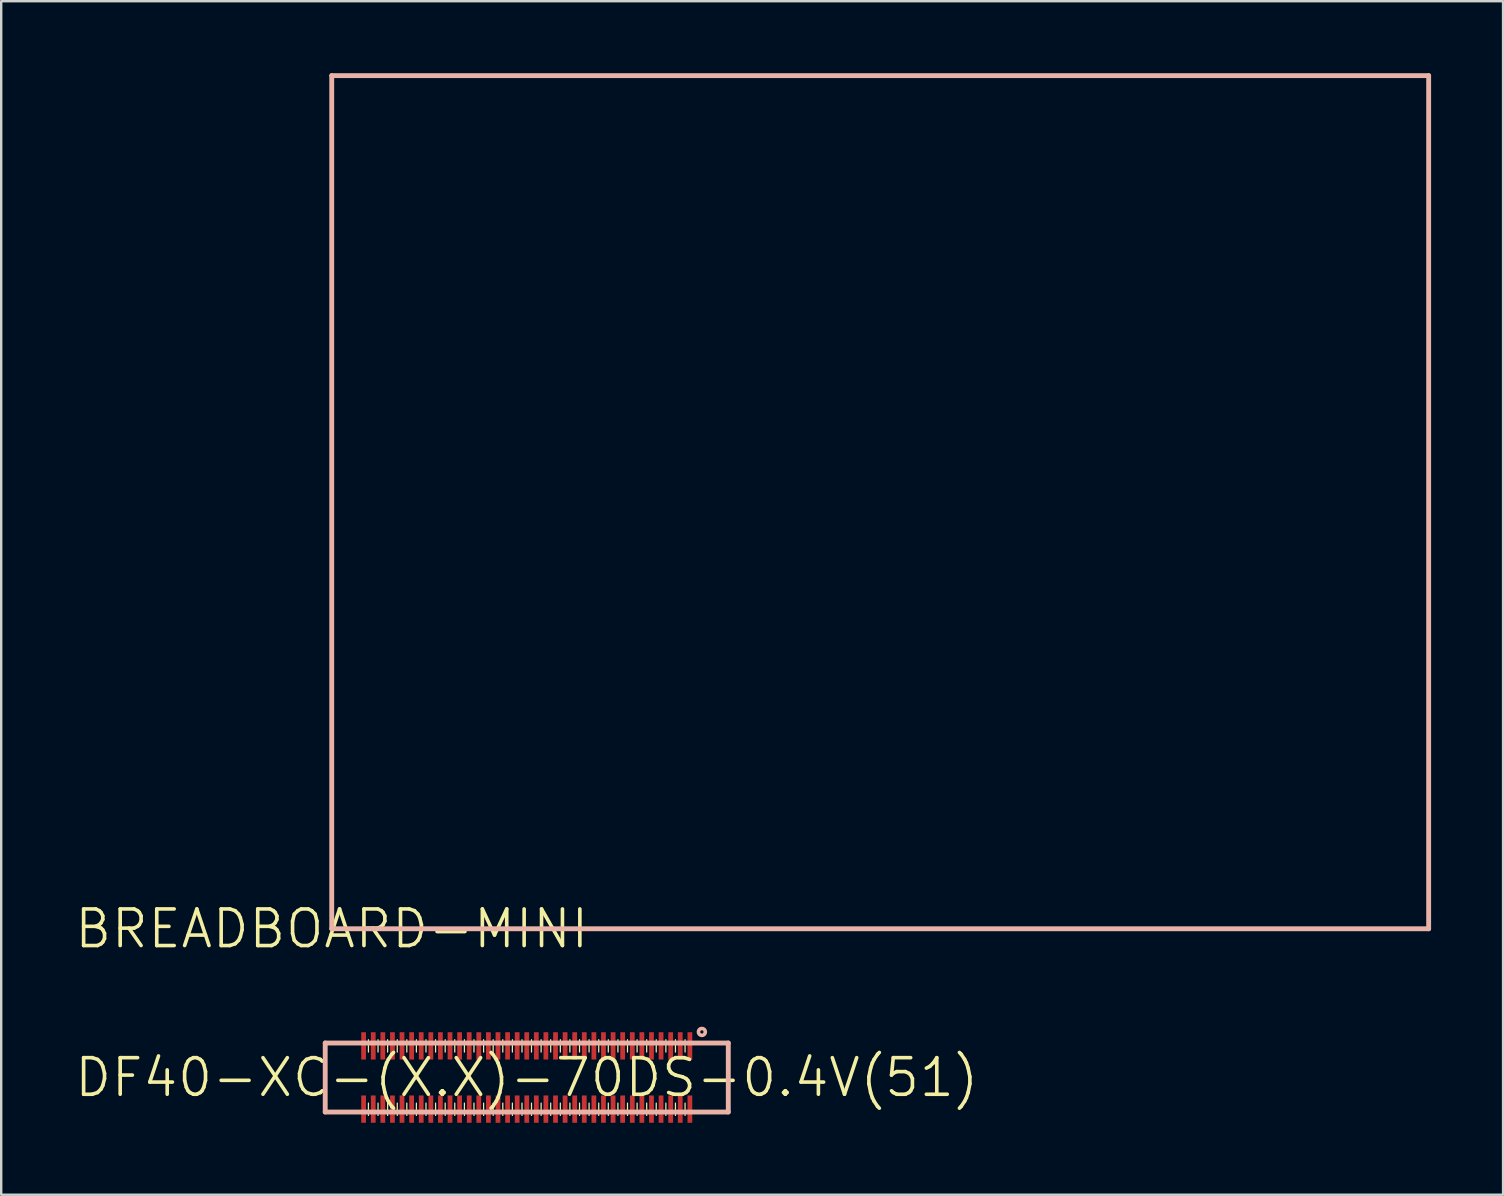
<source format=kicad_pcb>
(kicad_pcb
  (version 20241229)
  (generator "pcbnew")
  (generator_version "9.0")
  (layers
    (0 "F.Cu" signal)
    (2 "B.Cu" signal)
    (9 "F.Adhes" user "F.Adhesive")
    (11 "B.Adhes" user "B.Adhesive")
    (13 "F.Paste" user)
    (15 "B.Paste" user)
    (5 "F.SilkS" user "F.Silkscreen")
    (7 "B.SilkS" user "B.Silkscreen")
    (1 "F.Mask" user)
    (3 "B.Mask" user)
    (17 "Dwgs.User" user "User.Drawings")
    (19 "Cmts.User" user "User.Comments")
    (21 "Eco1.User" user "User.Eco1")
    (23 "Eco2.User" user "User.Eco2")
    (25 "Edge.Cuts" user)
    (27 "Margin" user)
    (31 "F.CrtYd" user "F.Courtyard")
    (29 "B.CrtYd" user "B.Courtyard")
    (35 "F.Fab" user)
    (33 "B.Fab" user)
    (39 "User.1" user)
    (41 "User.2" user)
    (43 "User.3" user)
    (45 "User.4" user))
  (footprint "BREADBOARD-MINI"
    (layer "F.Cu")
    (at 10.777 35.662)
    (property "Reference" "BREADBOARD-MINI" (at 0 0 0) (layer "F.SilkS") (effects (font (size 1.524 1.524) (thickness 0.15))))
    (attr exclude_from_pos_files exclude_from_bom)
    (fp_line (start 0 -35.56) (end 45.72 -35.56) (stroke (width 0.203) (type solid)) (layer "B.SilkS"))
    (fp_line (start 0 0) (end 0 -35.56) (stroke (width 0.203) (type solid)) (layer "B.SilkS"))
    (fp_line (start 45.72 -35.56) (end 45.72 0) (stroke (width 0.203) (type solid)) (layer "B.SilkS"))
    (fp_line (start 45.72 0) (end 0 0) (stroke (width 0.203) (type solid)) (layer "B.SilkS")))
  (footprint "DF40-XC-(X.X)-70DS-0.4V(51)"
    (layer "F.Cu")
    (at 18.905 41.861)
    (property "Reference" "DF40-XC-(X.X)-70DS-0.4V(51)" (at 0 0 0) (layer "F.SilkS") (effects (font (size 1.524 1.524) (thickness 0.15))))
    (attr smd)
    (fp_line (start -6.599 -1.062) (end -6.599 -1.575) (stroke (width 0.051) (type solid)) (layer "F.SilkS"))
    (fp_line (start -6.599 1.58) (end -6.599 1.067) (stroke (width 0.051) (type solid)) (layer "F.SilkS"))
    (fp_line (start -6.198 -1.062) (end -6.198 -1.575) (stroke (width 0.051) (type solid)) (layer "F.SilkS"))
    (fp_line (start -6.198 1.58) (end -6.198 1.067) (stroke (width 0.051) (type solid)) (layer "F.SilkS"))
    (fp_line (start -5.799 -1.062) (end -5.799 -1.575) (stroke (width 0.051) (type solid)) (layer "F.SilkS"))
    (fp_line (start -5.799 1.58) (end -5.799 1.067) (stroke (width 0.051) (type solid)) (layer "F.SilkS"))
    (fp_line (start -5.397 -1.062) (end -5.397 -1.575) (stroke (width 0.051) (type solid)) (layer "F.SilkS"))
    (fp_line (start -5.397 1.58) (end -5.397 1.067) (stroke (width 0.051) (type solid)) (layer "F.SilkS"))
    (fp_line (start -4.999 -1.062) (end -4.999 -1.575) (stroke (width 0.051) (type solid)) (layer "F.SilkS"))
    (fp_line (start -4.999 1.58) (end -4.999 1.067) (stroke (width 0.051) (type solid)) (layer "F.SilkS"))
    (fp_line (start -4.6 -1.062) (end -4.6 -1.575) (stroke (width 0.051) (type solid)) (layer "F.SilkS"))
    (fp_line (start -4.6 1.58) (end -4.6 1.067) (stroke (width 0.051) (type solid)) (layer "F.SilkS"))
    (fp_line (start -4.199 -1.062) (end -4.199 -1.575) (stroke (width 0.051) (type solid)) (layer "F.SilkS"))
    (fp_line (start -4.199 1.58) (end -4.199 1.067) (stroke (width 0.051) (type solid)) (layer "F.SilkS"))
    (fp_line (start -3.8 -1.062) (end -3.8 -1.575) (stroke (width 0.051) (type solid)) (layer "F.SilkS"))
    (fp_line (start -3.8 1.58) (end -3.8 1.067) (stroke (width 0.051) (type solid)) (layer "F.SilkS"))
    (fp_line (start -3.399 -1.062) (end -3.399 -1.575) (stroke (width 0.051) (type solid)) (layer "F.SilkS"))
    (fp_line (start -3.399 1.58) (end -3.399 1.067) (stroke (width 0.051) (type solid)) (layer "F.SilkS"))
    (fp_line (start -3 -1.062) (end -3 -1.575) (stroke (width 0.051) (type solid)) (layer "F.SilkS"))
    (fp_line (start -3 1.58) (end -3 1.067) (stroke (width 0.051) (type solid)) (layer "F.SilkS"))
    (fp_line (start -2.598 -1.062) (end -2.598 -1.575) (stroke (width 0.051) (type solid)) (layer "F.SilkS"))
    (fp_line (start -2.598 1.58) (end -2.598 1.067) (stroke (width 0.051) (type solid)) (layer "F.SilkS"))
    (fp_line (start -2.2 -1.062) (end -2.2 -1.575) (stroke (width 0.051) (type solid)) (layer "F.SilkS"))
    (fp_line (start -2.2 1.58) (end -2.2 1.067) (stroke (width 0.051) (type solid)) (layer "F.SilkS"))
    (fp_line (start -1.798 -1.062) (end -1.798 -1.575) (stroke (width 0.051) (type solid)) (layer "F.SilkS"))
    (fp_line (start -1.798 1.58) (end -1.798 1.067) (stroke (width 0.051) (type solid)) (layer "F.SilkS"))
    (fp_line (start -1.4 -1.062) (end -1.4 -1.575) (stroke (width 0.051) (type solid)) (layer "F.SilkS"))
    (fp_line (start -1.4 1.58) (end -1.4 1.067) (stroke (width 0.051) (type solid)) (layer "F.SilkS"))
    (fp_line (start -0.998 -1.062) (end -0.998 -1.575) (stroke (width 0.051) (type solid)) (layer "F.SilkS"))
    (fp_line (start -0.998 1.58) (end -0.998 1.067) (stroke (width 0.051) (type solid)) (layer "F.SilkS"))
    (fp_line (start -0.599 -1.062) (end -0.599 -1.575) (stroke (width 0.051) (type solid)) (layer "F.SilkS"))
    (fp_line (start -0.599 1.58) (end -0.599 1.067) (stroke (width 0.051) (type solid)) (layer "F.SilkS"))
    (fp_line (start -0.198 -1.062) (end -0.198 -1.575) (stroke (width 0.051) (type solid)) (layer "F.SilkS"))
    (fp_line (start -0.198 1.58) (end -0.198 1.067) (stroke (width 0.051) (type solid)) (layer "F.SilkS"))
    (fp_line (start 0.198 -1.062) (end 0.198 -1.575) (stroke (width 0.051) (type solid)) (layer "F.SilkS"))
    (fp_line (start 0.198 1.58) (end 0.198 1.067) (stroke (width 0.051) (type solid)) (layer "F.SilkS"))
    (fp_line (start 0.599 -1.062) (end 0.599 -1.575) (stroke (width 0.051) (type solid)) (layer "F.SilkS"))
    (fp_line (start 0.599 1.58) (end 0.599 1.067) (stroke (width 0.051) (type solid)) (layer "F.SilkS"))
    (fp_line (start 0.998 -1.062) (end 0.998 -1.575) (stroke (width 0.051) (type solid)) (layer "F.SilkS"))
    (fp_line (start 0.998 1.58) (end 0.998 1.067) (stroke (width 0.051) (type solid)) (layer "F.SilkS"))
    (fp_line (start 1.4 -1.062) (end 1.4 -1.575) (stroke (width 0.051) (type solid)) (layer "F.SilkS"))
    (fp_line (start 1.4 1.58) (end 1.4 1.067) (stroke (width 0.051) (type solid)) (layer "F.SilkS"))
    (fp_line (start 1.798 -1.062) (end 1.798 -1.575) (stroke (width 0.051) (type solid)) (layer "F.SilkS"))
    (fp_line (start 1.798 1.58) (end 1.798 1.067) (stroke (width 0.051) (type solid)) (layer "F.SilkS"))
    (fp_line (start 2.2 -1.062) (end 2.2 -1.575) (stroke (width 0.051) (type solid)) (layer "F.SilkS"))
    (fp_line (start 2.2 1.58) (end 2.2 1.067) (stroke (width 0.051) (type solid)) (layer "F.SilkS"))
    (fp_line (start 2.598 -1.062) (end 2.598 -1.575) (stroke (width 0.051) (type solid)) (layer "F.SilkS"))
    (fp_line (start 2.598 1.58) (end 2.598 1.067) (stroke (width 0.051) (type solid)) (layer "F.SilkS"))
    (fp_line (start 3 -1.062) (end 3 -1.575) (stroke (width 0.051) (type solid)) (layer "F.SilkS"))
    (fp_line (start 3 1.58) (end 3 1.067) (stroke (width 0.051) (type solid)) (layer "F.SilkS"))
    (fp_line (start 3.399 -1.062) (end 3.399 -1.575) (stroke (width 0.051) (type solid)) (layer "F.SilkS"))
    (fp_line (start 3.399 1.58) (end 3.399 1.067) (stroke (width 0.051) (type solid)) (layer "F.SilkS"))
    (fp_line (start 3.8 -1.062) (end 3.8 -1.575) (stroke (width 0.051) (type solid)) (layer "F.SilkS"))
    (fp_line (start 3.8 1.58) (end 3.8 1.067) (stroke (width 0.051) (type solid)) (layer "F.SilkS"))
    (fp_line (start 4.199 -1.062) (end 4.199 -1.575) (stroke (width 0.051) (type solid)) (layer "F.SilkS"))
    (fp_line (start 4.199 1.58) (end 4.199 1.067) (stroke (width 0.051) (type solid)) (layer "F.SilkS"))
    (fp_line (start 4.6 -1.062) (end 4.6 -1.575) (stroke (width 0.051) (type solid)) (layer "F.SilkS"))
    (fp_line (start 4.6 1.58) (end 4.6 1.067) (stroke (width 0.051) (type solid)) (layer "F.SilkS"))
    (fp_line (start 4.999 -1.062) (end 4.999 -1.575) (stroke (width 0.051) (type solid)) (layer "F.SilkS"))
    (fp_line (start 4.999 1.58) (end 4.999 1.067) (stroke (width 0.051) (type solid)) (layer "F.SilkS"))
    (fp_line (start 5.397 -1.062) (end 5.397 -1.575) (stroke (width 0.051) (type solid)) (layer "F.SilkS"))
    (fp_line (start 5.397 1.58) (end 5.397 1.067) (stroke (width 0.051) (type solid)) (layer "F.SilkS"))
    (fp_line (start 5.799 -1.062) (end 5.799 -1.575) (stroke (width 0.051) (type solid)) (layer "F.SilkS"))
    (fp_line (start 5.799 1.58) (end 5.799 1.067) (stroke (width 0.051) (type solid)) (layer "F.SilkS"))
    (fp_line (start 6.198 -1.062) (end 6.198 -1.575) (stroke (width 0.051) (type solid)) (layer "F.SilkS"))
    (fp_line (start 6.198 1.58) (end 6.198 1.067) (stroke (width 0.051) (type solid)) (layer "F.SilkS"))
    (fp_line (start 6.599 -1.062) (end 6.599 -1.575) (stroke (width 0.051) (type solid)) (layer "F.SilkS"))
    (fp_line (start 6.599 1.58) (end 6.599 1.067) (stroke (width 0.051) (type solid)) (layer "F.SilkS"))
    (fp_line (start -8.4 -1.438) (end 8.4 -1.438) (stroke (width 0.203) (type solid)) (layer "B.SilkS"))
    (fp_line (start -8.4 1.438) (end -8.4 -1.438) (stroke (width 0.203) (type solid)) (layer "B.SilkS"))
    (fp_line (start 8.4 -1.438) (end 8.4 1.438) (stroke (width 0.203) (type solid)) (layer "B.SilkS"))
    (fp_line (start 8.4 1.438) (end -8.4 1.438) (stroke (width 0.203) (type solid)) (layer "B.SilkS"))
    (fp_circle (center 7.3 -1.9) (end 7.348 -1.948) (stroke (width 0.152) (type solid)) (fill no) (layer "B.SilkS"))
    (pad "1" smd rect (at 6.8 -1.318) (size 0.198 1.138) (layers "F.Cu" "F.Mask" "F.Paste"))
    (pad "2" smd rect (at 6.8 1.318) (size 0.198 1.138) (layers "F.Cu" "F.Mask" "F.Paste"))
    (pad "3" smd rect (at 6.398 -1.318) (size 0.198 1.138) (layers "F.Cu" "F.Mask" "F.Paste"))
    (pad "4" smd rect (at 6.398 1.318) (size 0.198 1.138) (layers "F.Cu" "F.Mask" "F.Paste"))
    (pad "5" smd rect (at 5.999 -1.318) (size 0.198 1.138) (layers "F.Cu" "F.Mask" "F.Paste"))
    (pad "6" smd rect (at 5.999 1.318) (size 0.198 1.138) (layers "F.Cu" "F.Mask" "F.Paste"))
    (pad "7" smd rect (at 5.598 -1.318) (size 0.198 1.138) (layers "F.Cu" "F.Mask" "F.Paste"))
    (pad "8" smd rect (at 5.598 1.318) (size 0.198 1.138) (layers "F.Cu" "F.Mask" "F.Paste"))
    (pad "9" smd rect (at 5.199 -1.318) (size 0.198 1.138) (layers "F.Cu" "F.Mask" "F.Paste"))
    (pad "10" smd rect (at 5.199 1.318) (size 0.198 1.138) (layers "F.Cu" "F.Mask" "F.Paste"))
    (pad "11" smd rect (at 4.798 -1.318) (size 0.198 1.138) (layers "F.Cu" "F.Mask" "F.Paste"))
    (pad "12" smd rect (at 4.798 1.318) (size 0.198 1.138) (layers "F.Cu" "F.Mask" "F.Paste"))
    (pad "13" smd rect (at 4.399 -1.318) (size 0.198 1.138) (layers "F.Cu" "F.Mask" "F.Paste"))
    (pad "14" smd rect (at 4.399 1.318) (size 0.198 1.138) (layers "F.Cu" "F.Mask" "F.Paste"))
    (pad "15" smd rect (at 3.998 -1.318) (size 0.198 1.138) (layers "F.Cu" "F.Mask" "F.Paste"))
    (pad "16" smd rect (at 3.998 1.318) (size 0.198 1.138) (layers "F.Cu" "F.Mask" "F.Paste"))
    (pad "17" smd rect (at 3.599 -1.318) (size 0.198 1.138) (layers "F.Cu" "F.Mask" "F.Paste"))
    (pad "18" smd rect (at 3.599 1.318) (size 0.198 1.138) (layers "F.Cu" "F.Mask" "F.Paste"))
    (pad "19" smd rect (at 3.198 -1.318) (size 0.198 1.138) (layers "F.Cu" "F.Mask" "F.Paste"))
    (pad "20" smd rect (at 3.198 1.318) (size 0.198 1.138) (layers "F.Cu" "F.Mask" "F.Paste"))
    (pad "21" smd rect (at 2.799 -1.318) (size 0.198 1.138) (layers "F.Cu" "F.Mask" "F.Paste"))
    (pad "22" smd rect (at 2.799 1.318) (size 0.198 1.138) (layers "F.Cu" "F.Mask" "F.Paste"))
    (pad "23" smd rect (at 2.398 -1.318) (size 0.198 1.138) (layers "F.Cu" "F.Mask" "F.Paste"))
    (pad "24" smd rect (at 2.398 1.318) (size 0.198 1.138) (layers "F.Cu" "F.Mask" "F.Paste"))
    (pad "25" smd rect (at 1.999 -1.318) (size 0.198 1.138) (layers "F.Cu" "F.Mask" "F.Paste"))
    (pad "26" smd rect (at 1.999 1.318) (size 0.198 1.138) (layers "F.Cu" "F.Mask" "F.Paste"))
    (pad "27" smd rect (at 1.598 -1.318) (size 0.198 1.138) (layers "F.Cu" "F.Mask" "F.Paste"))
    (pad "28" smd rect (at 1.598 1.318) (size 0.198 1.138) (layers "F.Cu" "F.Mask" "F.Paste"))
    (pad "29" smd rect (at 1.199 -1.318) (size 0.198 1.138) (layers "F.Cu" "F.Mask" "F.Paste"))
    (pad "30" smd rect (at 1.199 1.318) (size 0.198 1.138) (layers "F.Cu" "F.Mask" "F.Paste"))
    (pad "31" smd rect (at 0.798 -1.318) (size 0.198 1.138) (layers "F.Cu" "F.Mask" "F.Paste"))
    (pad "32" smd rect (at 0.798 1.318) (size 0.198 1.138) (layers "F.Cu" "F.Mask" "F.Paste"))
    (pad "33" smd rect (at 0.399 -1.318) (size 0.198 1.138) (layers "F.Cu" "F.Mask" "F.Paste"))
    (pad "34" smd rect (at 0.399 1.318) (size 0.198 1.138) (layers "F.Cu" "F.Mask" "F.Paste"))
    (pad "35" smd rect (at 0 -1.318) (size 0.198 1.138) (layers "F.Cu" "F.Mask" "F.Paste"))
    (pad "36" smd rect (at 0 1.318) (size 0.198 1.138) (layers "F.Cu" "F.Mask" "F.Paste"))
    (pad "37" smd rect (at -0.399 -1.318) (size 0.198 1.138) (layers "F.Cu" "F.Mask" "F.Paste"))
    (pad "38" smd rect (at -0.399 1.318) (size 0.198 1.138) (layers "F.Cu" "F.Mask" "F.Paste"))
    (pad "39" smd rect (at -0.798 -1.318) (size 0.198 1.138) (layers "F.Cu" "F.Mask" "F.Paste"))
    (pad "40" smd rect (at -0.798 1.318) (size 0.198 1.138) (layers "F.Cu" "F.Mask" "F.Paste"))
    (pad "41" smd rect (at -1.199 -1.318) (size 0.198 1.138) (layers "F.Cu" "F.Mask" "F.Paste"))
    (pad "42" smd rect (at -1.199 1.318) (size 0.198 1.138) (layers "F.Cu" "F.Mask" "F.Paste"))
    (pad "43" smd rect (at -1.598 -1.318) (size 0.198 1.138) (layers "F.Cu" "F.Mask" "F.Paste"))
    (pad "44" smd rect (at -1.598 1.318) (size 0.198 1.138) (layers "F.Cu" "F.Mask" "F.Paste"))
    (pad "45" smd rect (at -1.999 -1.318) (size 0.198 1.138) (layers "F.Cu" "F.Mask" "F.Paste"))
    (pad "46" smd rect (at -1.999 1.318) (size 0.198 1.138) (layers "F.Cu" "F.Mask" "F.Paste"))
    (pad "47" smd rect (at -2.398 -1.318) (size 0.198 1.138) (layers "F.Cu" "F.Mask" "F.Paste"))
    (pad "48" smd rect (at -2.398 1.318) (size 0.198 1.138) (layers "F.Cu" "F.Mask" "F.Paste"))
    (pad "49" smd rect (at -2.799 -1.318) (size 0.198 1.138) (layers "F.Cu" "F.Mask" "F.Paste"))
    (pad "50" smd rect (at -2.799 1.318) (size 0.198 1.138) (layers "F.Cu" "F.Mask" "F.Paste"))
    (pad "51" smd rect (at -3.198 -1.318) (size 0.198 1.138) (layers "F.Cu" "F.Mask" "F.Paste"))
    (pad "52" smd rect (at -3.198 1.318) (size 0.198 1.138) (layers "F.Cu" "F.Mask" "F.Paste"))
    (pad "53" smd rect (at -3.599 -1.318) (size 0.198 1.138) (layers "F.Cu" "F.Mask" "F.Paste"))
    (pad "54" smd rect (at -3.599 1.318) (size 0.198 1.138) (layers "F.Cu" "F.Mask" "F.Paste"))
    (pad "55" smd rect (at -3.998 -1.318) (size 0.198 1.138) (layers "F.Cu" "F.Mask" "F.Paste"))
    (pad "56" smd rect (at -3.998 1.318) (size 0.198 1.138) (layers "F.Cu" "F.Mask" "F.Paste"))
    (pad "57" smd rect (at -4.399 -1.318) (size 0.198 1.138) (layers "F.Cu" "F.Mask" "F.Paste"))
    (pad "58" smd rect (at -4.399 1.318) (size 0.198 1.138) (layers "F.Cu" "F.Mask" "F.Paste"))
    (pad "59" smd rect (at -4.798 -1.318) (size 0.198 1.138) (layers "F.Cu" "F.Mask" "F.Paste"))
    (pad "60" smd rect (at -4.798 1.318) (size 0.198 1.138) (layers "F.Cu" "F.Mask" "F.Paste"))
    (pad "61" smd rect (at -5.199 -1.318) (size 0.198 1.138) (layers "F.Cu" "F.Mask" "F.Paste"))
    (pad "62" smd rect (at -5.199 1.318) (size 0.198 1.138) (layers "F.Cu" "F.Mask" "F.Paste"))
    (pad "63" smd rect (at -5.598 -1.318) (size 0.198 1.138) (layers "F.Cu" "F.Mask" "F.Paste"))
    (pad "64" smd rect (at -5.598 1.318) (size 0.198 1.138) (layers "F.Cu" "F.Mask" "F.Paste"))
    (pad "65" smd rect (at -5.999 -1.318) (size 0.198 1.138) (layers "F.Cu" "F.Mask" "F.Paste"))
    (pad "66" smd rect (at -5.999 1.318) (size 0.198 1.138) (layers "F.Cu" "F.Mask" "F.Paste"))
    (pad "67" smd rect (at -6.398 -1.318) (size 0.198 1.138) (layers "F.Cu" "F.Mask" "F.Paste"))
    (pad "68" smd rect (at -6.398 1.318) (size 0.198 1.138) (layers "F.Cu" "F.Mask" "F.Paste"))
    (pad "69" smd rect (at -6.8 -1.318) (size 0.198 1.138) (layers "F.Cu" "F.Mask" "F.Paste"))
    (pad "70" smd rect (at -6.8 1.318) (size 0.198 1.138) (layers "F.Cu" "F.Mask" "F.Paste")))
  (gr_rect
    (start -3 -3)
    (end 59.598 46.748)
    (stroke (width 0.1) (type default))
    (fill no)
    (layer "Edge.Cuts")))
</source>
